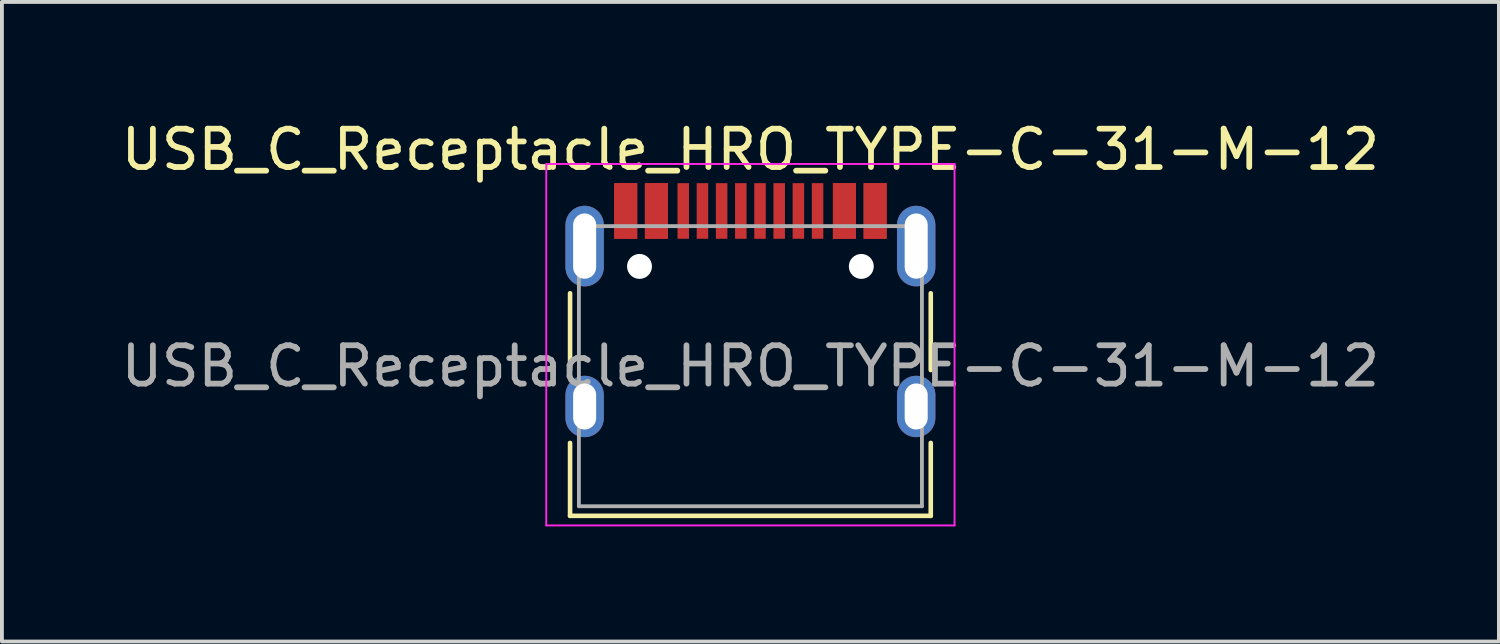
<source format=kicad_pcb>
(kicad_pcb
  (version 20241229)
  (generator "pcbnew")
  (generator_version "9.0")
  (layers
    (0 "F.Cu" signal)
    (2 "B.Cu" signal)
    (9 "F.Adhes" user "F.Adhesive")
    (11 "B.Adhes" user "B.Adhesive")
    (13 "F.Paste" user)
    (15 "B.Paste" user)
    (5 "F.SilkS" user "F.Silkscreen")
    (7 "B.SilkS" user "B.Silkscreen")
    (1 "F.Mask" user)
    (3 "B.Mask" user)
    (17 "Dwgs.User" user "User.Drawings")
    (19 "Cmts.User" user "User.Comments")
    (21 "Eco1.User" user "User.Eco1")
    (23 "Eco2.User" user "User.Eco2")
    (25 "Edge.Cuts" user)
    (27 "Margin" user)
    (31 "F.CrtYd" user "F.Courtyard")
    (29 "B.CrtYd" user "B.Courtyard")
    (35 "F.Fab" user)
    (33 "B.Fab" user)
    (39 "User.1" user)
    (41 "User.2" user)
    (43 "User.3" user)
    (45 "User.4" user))
  (footprint "USB_C_Receptacle_HRO_TYPE-C-31-M-12"
    (layer "F.Cu")
    (at 16.506 6.493)
    (property "Reference" "USB_C_Receptacle_HRO_TYPE-C-31-M-12" (at 0 -5.645 0) (layer "F.SilkS") (effects (font (size 1 1) (thickness 0.15))))
    (attr through_hole)
    (fp_line (start -4.7 -1.9) (end -4.7 0.1) (stroke (width 0.12) (type solid)) (layer "F.SilkS"))
    (fp_line (start -4.7 2) (end -4.7 3.9) (stroke (width 0.12) (type solid)) (layer "F.SilkS"))
    (fp_line (start -4.7 3.9) (end 4.7 3.9) (stroke (width 0.12) (type solid)) (layer "F.SilkS"))
    (fp_line (start 4.7 -1.9) (end 4.7 0.1) (stroke (width 0.12) (type solid)) (layer "F.SilkS"))
    (fp_line (start 4.7 2) (end 4.7 3.9) (stroke (width 0.12) (type solid)) (layer "F.SilkS"))
    (fp_line (start -5.32 -5.27) (end -5.32 4.15) (stroke (width 0.05) (type solid)) (layer "F.CrtYd"))
    (fp_line (start -5.32 -5.27) (end 5.32 -5.27) (stroke (width 0.05) (type solid)) (layer "F.CrtYd"))
    (fp_line (start -5.32 4.15) (end 5.32 4.15) (stroke (width 0.05) (type solid)) (layer "F.CrtYd"))
    (fp_line (start 5.32 -5.27) (end 5.32 4.15) (stroke (width 0.05) (type solid)) (layer "F.CrtYd"))
    (fp_line (start -4.47 -3.65) (end -4.47 3.65) (stroke (width 0.1) (type solid)) (layer "F.Fab"))
    (fp_line (start -4.47 -3.65) (end 4.47 -3.65) (stroke (width 0.1) (type solid)) (layer "F.Fab"))
    (fp_line (start -4.47 3.65) (end 4.47 3.65) (stroke (width 0.1) (type solid)) (layer "F.Fab"))
    (fp_line (start 4.47 -3.65) (end 4.47 3.65) (stroke (width 0.1) (type solid)) (layer "F.Fab"))
    (fp_text user "${REFERENCE}" (at 0 0 0) (layer "F.Fab") (effects (font (size 1 1) (thickness 0.15))))
    (pad "" np_thru_hole circle (at -2.89 -2.6) (size 0.65 0.65) (drill 0.65) (layers "*.Cu" "*.Mask"))
    (pad "" np_thru_hole circle (at 2.89 -2.6) (size 0.65 0.65) (drill 0.65) (layers "*.Cu" "*.Mask"))
    (pad "A1" smd rect (at -3.25 -4.045) (size 0.6 1.45) (layers "F.Cu" "F.Mask" "F.Paste"))
    (pad "A4" smd rect (at -2.45 -4.045) (size 0.6 1.45) (layers "F.Cu" "F.Mask" "F.Paste"))
    (pad "A5" smd rect (at -1.25 -4.045) (size 0.3 1.45) (layers "F.Cu" "F.Mask" "F.Paste"))
    (pad "A6" smd rect (at -0.25 -4.045) (size 0.3 1.45) (layers "F.Cu" "F.Mask" "F.Paste"))
    (pad "A7" smd rect (at 0.25 -4.045) (size 0.3 1.45) (layers "F.Cu" "F.Mask" "F.Paste"))
    (pad "A8" smd rect (at 1.25 -4.045) (size 0.3 1.45) (layers "F.Cu" "F.Mask" "F.Paste"))
    (pad "A9" smd rect (at 2.45 -4.045) (size 0.6 1.45) (layers "F.Cu" "F.Mask" "F.Paste"))
    (pad "A12" smd rect (at 3.25 -4.045) (size 0.6 1.45) (layers "F.Cu" "F.Mask" "F.Paste"))
    (pad "B1" smd rect (at 3.25 -4.045) (size 0.6 1.45) (layers "F.Cu" "F.Mask" "F.Paste"))
    (pad "B4" smd rect (at 2.45 -4.045) (size 0.6 1.45) (layers "F.Cu" "F.Mask" "F.Paste"))
    (pad "B5" smd rect (at 1.75 -4.045) (size 0.3 1.45) (layers "F.Cu" "F.Mask" "F.Paste"))
    (pad "B6" smd rect (at 0.75 -4.045) (size 0.3 1.45) (layers "F.Cu" "F.Mask" "F.Paste"))
    (pad "B7" smd rect (at -0.75 -4.045) (size 0.3 1.45) (layers "F.Cu" "F.Mask" "F.Paste"))
    (pad "B8" smd rect (at -1.75 -4.045) (size 0.3 1.45) (layers "F.Cu" "F.Mask" "F.Paste"))
    (pad "B9" smd rect (at -2.45 -4.045) (size 0.6 1.45) (layers "F.Cu" "F.Mask" "F.Paste"))
    (pad "B12" smd rect (at -3.25 -4.045) (size 0.6 1.45) (layers "F.Cu" "F.Mask" "F.Paste"))
    (pad "S1" thru_hole oval (at -4.32 -3.13) (size 1 2.1) (drill oval 0.6 1.7) (layers "*.Cu" "*.Mask"))
    (pad "S1" thru_hole oval (at -4.32 1.05) (size 1 1.6) (drill oval 0.6 1.2) (layers "*.Cu" "*.Mask"))
    (pad "S1" thru_hole oval (at 4.32 -3.13) (size 1 2.1) (drill oval 0.6 1.7) (layers "*.Cu" "*.Mask"))
    (pad "S1" thru_hole oval (at 4.32 1.05) (size 1 1.6) (drill oval 0.6 1.2) (layers "*.Cu" "*.Mask")))
  (gr_rect
    (start -3 -3)
    (end 36.012 13.668)
    (stroke (width 0.1) (type default))
    (fill no)
    (layer "Edge.Cuts")))
</source>
